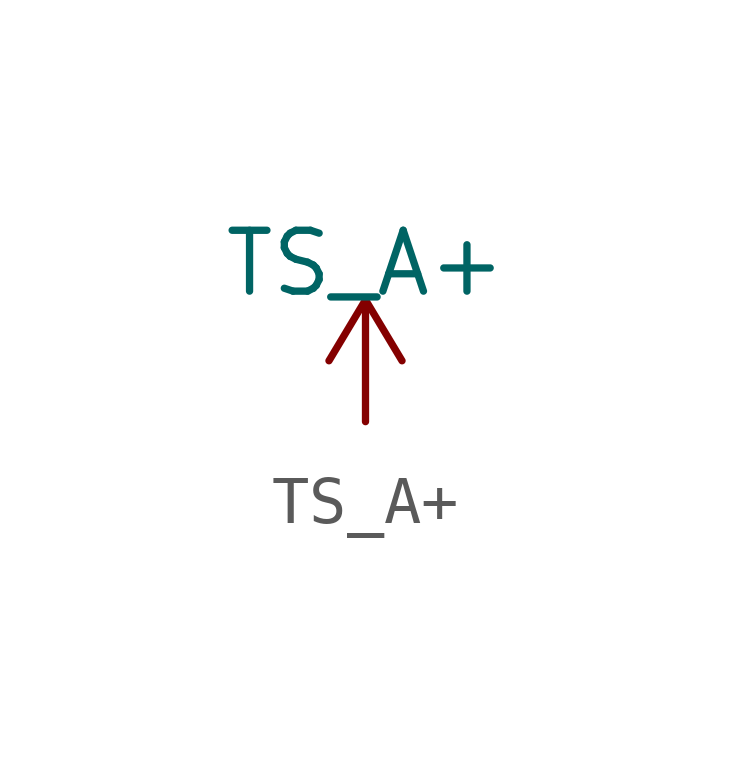
<source format=kicad_sym>
(kicad_symbol_lib
  (version 20231120)
  (generator "kicad_symbol_editor")
  (generator_version "8.0")
  (symbol "TS_A+"
    (power)
    (pin_names
      (offset 0))
    (property "Reference" "#PWR"
      (at 0 -3.81 0)
      (effects (font (size 1.27 1.27)) (hide yes)))
    (property "Value" "TS_A+"
      (at 0 3.302 0)
      (effects (font (size 1.27 1.27))))
    (symbol "TS_A+_0_1"
      (polyline (pts (xy -0.762 1.27) (xy 0 2.54)) (stroke (width 0) (type default)) (fill (type none)))
      (polyline (pts (xy 0 0) (xy 0 2.54)) (stroke (width 0) (type default)) (fill (type none)))
      (polyline (pts (xy 0 2.54) (xy 0.762 1.27)) (stroke (width 0) (type default)) (fill (type none))))
    (symbol "TS_A+_1_1"
      (pin power_in line (at 0 0 90) (length 0) hide (name "TS_A+" (effects (font (size 1.27 1.27)))) (number "1" (effects (font (size 1.27 1.27))))))))
</source>
